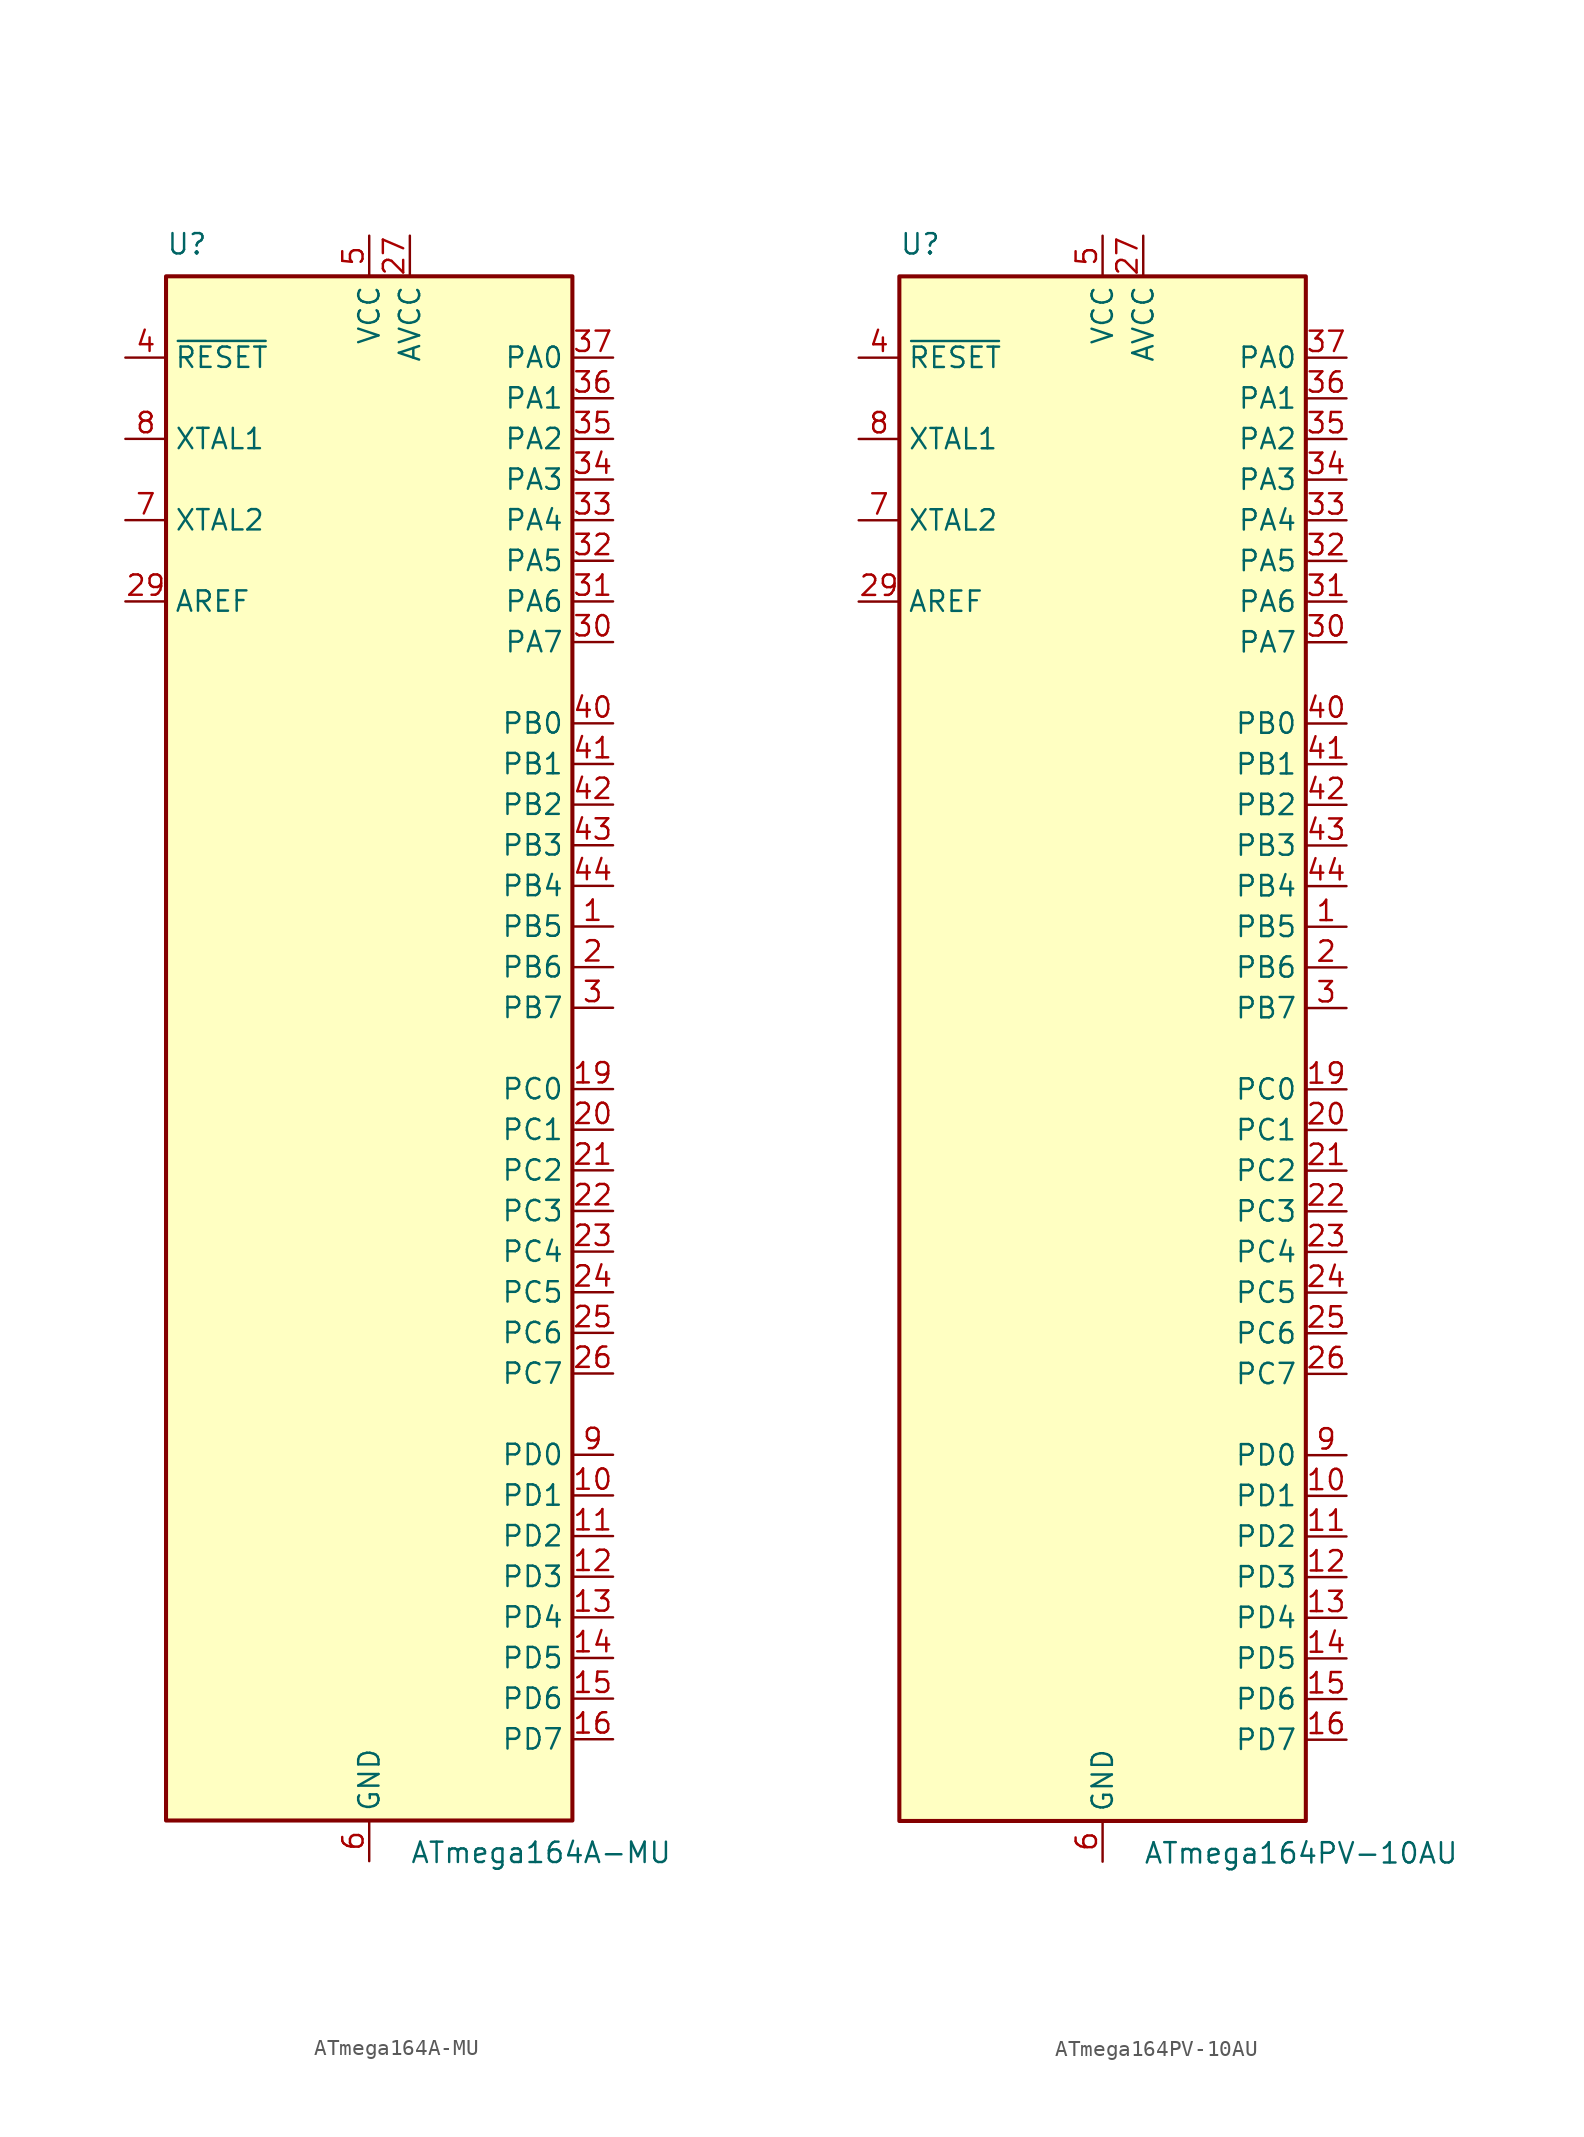
<source format=kicad_sym>
(kicad_symbol_lib
  (version 20201005)
  (generator kicad_symbol_editor)
  (symbol "ATmega164A-MU"
    (property "Reference" "U"
      (at -12.7 49.53 0)
      (effects (font (size 1.27 1.27)) (justify left bottom)))
    (property "Value" "ATmega164A-MU"
      (at 2.54 -49.53 0)
      (effects (font (size 1.27 1.27)) (justify left top)))
    (symbol "ATmega164A-MU_0_1"
      (rectangle (start -12.7 -48.26) (end 12.7 48.26) (stroke (width 0.254)) (fill (type background))))
    (symbol "ATmega164A-MU_1_1"
      (pin tri_state line (at 15.24 7.62 180) (length 2.54) (name "PB5" (effects (font (size 1.27 1.27)))) (number "1" (effects (font (size 1.27 1.27)))))
      (pin tri_state line (at 15.24 -27.94 180) (length 2.54) (name "PD1" (effects (font (size 1.27 1.27)))) (number "10" (effects (font (size 1.27 1.27)))))
      (pin tri_state line (at 15.24 -30.48 180) (length 2.54) (name "PD2" (effects (font (size 1.27 1.27)))) (number "11" (effects (font (size 1.27 1.27)))))
      (pin tri_state line (at 15.24 -33.02 180) (length 2.54) (name "PD3" (effects (font (size 1.27 1.27)))) (number "12" (effects (font (size 1.27 1.27)))))
      (pin tri_state line (at 15.24 -35.56 180) (length 2.54) (name "PD4" (effects (font (size 1.27 1.27)))) (number "13" (effects (font (size 1.27 1.27)))))
      (pin tri_state line (at 15.24 -38.1 180) (length 2.54) (name "PD5" (effects (font (size 1.27 1.27)))) (number "14" (effects (font (size 1.27 1.27)))))
      (pin tri_state line (at 15.24 -40.64 180) (length 2.54) (name "PD6" (effects (font (size 1.27 1.27)))) (number "15" (effects (font (size 1.27 1.27)))))
      (pin tri_state line (at 15.24 -43.18 180) (length 2.54) (name "PD7" (effects (font (size 1.27 1.27)))) (number "16" (effects (font (size 1.27 1.27)))))
      (pin passive line (at 0 50.8 270) (length 2.54) hide (name "VCC" (effects (font (size 1.27 1.27)))) (number "17" (effects (font (size 1.27 1.27)))))
      (pin passive line (at 0 -50.8 90) (length 2.54) hide (name "GND" (effects (font (size 1.27 1.27)))) (number "18" (effects (font (size 1.27 1.27)))))
      (pin tri_state line (at 15.24 -2.54 180) (length 2.54) (name "PC0" (effects (font (size 1.27 1.27)))) (number "19" (effects (font (size 1.27 1.27)))))
      (pin tri_state line (at 15.24 5.08 180) (length 2.54) (name "PB6" (effects (font (size 1.27 1.27)))) (number "2" (effects (font (size 1.27 1.27)))))
      (pin tri_state line (at 15.24 -5.08 180) (length 2.54) (name "PC1" (effects (font (size 1.27 1.27)))) (number "20" (effects (font (size 1.27 1.27)))))
      (pin tri_state line (at 15.24 -7.62 180) (length 2.54) (name "PC2" (effects (font (size 1.27 1.27)))) (number "21" (effects (font (size 1.27 1.27)))))
      (pin tri_state line (at 15.24 -10.16 180) (length 2.54) (name "PC3" (effects (font (size 1.27 1.27)))) (number "22" (effects (font (size 1.27 1.27)))))
      (pin tri_state line (at 15.24 -12.7 180) (length 2.54) (name "PC4" (effects (font (size 1.27 1.27)))) (number "23" (effects (font (size 1.27 1.27)))))
      (pin tri_state line (at 15.24 -15.24 180) (length 2.54) (name "PC5" (effects (font (size 1.27 1.27)))) (number "24" (effects (font (size 1.27 1.27)))))
      (pin tri_state line (at 15.24 -17.78 180) (length 2.54) (name "PC6" (effects (font (size 1.27 1.27)))) (number "25" (effects (font (size 1.27 1.27)))))
      (pin tri_state line (at 15.24 -20.32 180) (length 2.54) (name "PC7" (effects (font (size 1.27 1.27)))) (number "26" (effects (font (size 1.27 1.27)))))
      (pin power_in line (at 2.54 50.8 270) (length 2.54) (name "AVCC" (effects (font (size 1.27 1.27)))) (number "27" (effects (font (size 1.27 1.27)))))
      (pin passive line (at 0 -50.8 90) (length 2.54) hide (name "GND" (effects (font (size 1.27 1.27)))) (number "28" (effects (font (size 1.27 1.27)))))
      (pin passive line (at -15.24 27.94 0) (length 2.54) (name "AREF" (effects (font (size 1.27 1.27)))) (number "29" (effects (font (size 1.27 1.27)))))
      (pin tri_state line (at 15.24 2.54 180) (length 2.54) (name "PB7" (effects (font (size 1.27 1.27)))) (number "3" (effects (font (size 1.27 1.27)))))
      (pin tri_state line (at 15.24 25.4 180) (length 2.54) (name "PA7" (effects (font (size 1.27 1.27)))) (number "30" (effects (font (size 1.27 1.27)))))
      (pin tri_state line (at 15.24 27.94 180) (length 2.54) (name "PA6" (effects (font (size 1.27 1.27)))) (number "31" (effects (font (size 1.27 1.27)))))
      (pin tri_state line (at 15.24 30.48 180) (length 2.54) (name "PA5" (effects (font (size 1.27 1.27)))) (number "32" (effects (font (size 1.27 1.27)))))
      (pin tri_state line (at 15.24 33.02 180) (length 2.54) (name "PA4" (effects (font (size 1.27 1.27)))) (number "33" (effects (font (size 1.27 1.27)))))
      (pin tri_state line (at 15.24 35.56 180) (length 2.54) (name "PA3" (effects (font (size 1.27 1.27)))) (number "34" (effects (font (size 1.27 1.27)))))
      (pin tri_state line (at 15.24 38.1 180) (length 2.54) (name "PA2" (effects (font (size 1.27 1.27)))) (number "35" (effects (font (size 1.27 1.27)))))
      (pin tri_state line (at 15.24 40.64 180) (length 2.54) (name "PA1" (effects (font (size 1.27 1.27)))) (number "36" (effects (font (size 1.27 1.27)))))
      (pin tri_state line (at 15.24 43.18 180) (length 2.54) (name "PA0" (effects (font (size 1.27 1.27)))) (number "37" (effects (font (size 1.27 1.27)))))
      (pin passive line (at 0 50.8 270) (length 2.54) hide (name "VCC" (effects (font (size 1.27 1.27)))) (number "38" (effects (font (size 1.27 1.27)))))
      (pin passive line (at 0 -50.8 90) (length 2.54) hide (name "GND" (effects (font (size 1.27 1.27)))) (number "39" (effects (font (size 1.27 1.27)))))
      (pin input line (at -15.24 43.18 0) (length 2.54) (name "~RESET" (effects (font (size 1.27 1.27)))) (number "4" (effects (font (size 1.27 1.27)))))
      (pin tri_state line (at 15.24 20.32 180) (length 2.54) (name "PB0" (effects (font (size 1.27 1.27)))) (number "40" (effects (font (size 1.27 1.27)))))
      (pin tri_state line (at 15.24 17.78 180) (length 2.54) (name "PB1" (effects (font (size 1.27 1.27)))) (number "41" (effects (font (size 1.27 1.27)))))
      (pin tri_state line (at 15.24 15.24 180) (length 2.54) (name "PB2" (effects (font (size 1.27 1.27)))) (number "42" (effects (font (size 1.27 1.27)))))
      (pin tri_state line (at 15.24 12.7 180) (length 2.54) (name "PB3" (effects (font (size 1.27 1.27)))) (number "43" (effects (font (size 1.27 1.27)))))
      (pin tri_state line (at 15.24 10.16 180) (length 2.54) (name "PB4" (effects (font (size 1.27 1.27)))) (number "44" (effects (font (size 1.27 1.27)))))
      (pin passive line (at 0 -50.8 90) (length 2.54) hide (name "GND" (effects (font (size 1.27 1.27)))) (number "45" (effects (font (size 1.27 1.27)))))
      (pin power_in line (at 0 50.8 270) (length 2.54) (name "VCC" (effects (font (size 1.27 1.27)))) (number "5" (effects (font (size 1.27 1.27)))))
      (pin power_in line (at 0 -50.8 90) (length 2.54) (name "GND" (effects (font (size 1.27 1.27)))) (number "6" (effects (font (size 1.27 1.27)))))
      (pin output line (at -15.24 33.02 0) (length 2.54) (name "XTAL2" (effects (font (size 1.27 1.27)))) (number "7" (effects (font (size 1.27 1.27)))))
      (pin input line (at -15.24 38.1 0) (length 2.54) (name "XTAL1" (effects (font (size 1.27 1.27)))) (number "8" (effects (font (size 1.27 1.27)))))
      (pin tri_state line (at 15.24 -25.4 180) (length 2.54) (name "PD0" (effects (font (size 1.27 1.27)))) (number "9" (effects (font (size 1.27 1.27)))))))
  (symbol "ATmega164PV-10AU"
    (property "Reference" "U"
      (at -12.7 49.53 0)
      (effects (font (size 1.27 1.27)) (justify left bottom)))
    (property "Value" "ATmega164PV-10AU"
      (at 2.54 -49.53 0)
      (effects (font (size 1.27 1.27)) (justify left top)))
    (symbol "ATmega164PV-10AU_0_1"
      (rectangle (start -12.7 -48.26) (end 12.7 48.26) (stroke (width 0.254)) (fill (type background))))
    (symbol "ATmega164PV-10AU_1_1"
      (pin tri_state line (at 15.24 7.62 180) (length 2.54) (name "PB5" (effects (font (size 1.27 1.27)))) (number "1" (effects (font (size 1.27 1.27)))))
      (pin tri_state line (at 15.24 -27.94 180) (length 2.54) (name "PD1" (effects (font (size 1.27 1.27)))) (number "10" (effects (font (size 1.27 1.27)))))
      (pin tri_state line (at 15.24 -30.48 180) (length 2.54) (name "PD2" (effects (font (size 1.27 1.27)))) (number "11" (effects (font (size 1.27 1.27)))))
      (pin tri_state line (at 15.24 -33.02 180) (length 2.54) (name "PD3" (effects (font (size 1.27 1.27)))) (number "12" (effects (font (size 1.27 1.27)))))
      (pin tri_state line (at 15.24 -35.56 180) (length 2.54) (name "PD4" (effects (font (size 1.27 1.27)))) (number "13" (effects (font (size 1.27 1.27)))))
      (pin tri_state line (at 15.24 -38.1 180) (length 2.54) (name "PD5" (effects (font (size 1.27 1.27)))) (number "14" (effects (font (size 1.27 1.27)))))
      (pin tri_state line (at 15.24 -40.64 180) (length 2.54) (name "PD6" (effects (font (size 1.27 1.27)))) (number "15" (effects (font (size 1.27 1.27)))))
      (pin tri_state line (at 15.24 -43.18 180) (length 2.54) (name "PD7" (effects (font (size 1.27 1.27)))) (number "16" (effects (font (size 1.27 1.27)))))
      (pin passive line (at 0 50.8 270) (length 2.54) hide (name "VCC" (effects (font (size 1.27 1.27)))) (number "17" (effects (font (size 1.27 1.27)))))
      (pin passive line (at 0 -50.8 90) (length 2.54) hide (name "GND" (effects (font (size 1.27 1.27)))) (number "18" (effects (font (size 1.27 1.27)))))
      (pin tri_state line (at 15.24 -2.54 180) (length 2.54) (name "PC0" (effects (font (size 1.27 1.27)))) (number "19" (effects (font (size 1.27 1.27)))))
      (pin tri_state line (at 15.24 5.08 180) (length 2.54) (name "PB6" (effects (font (size 1.27 1.27)))) (number "2" (effects (font (size 1.27 1.27)))))
      (pin tri_state line (at 15.24 -5.08 180) (length 2.54) (name "PC1" (effects (font (size 1.27 1.27)))) (number "20" (effects (font (size 1.27 1.27)))))
      (pin tri_state line (at 15.24 -7.62 180) (length 2.54) (name "PC2" (effects (font (size 1.27 1.27)))) (number "21" (effects (font (size 1.27 1.27)))))
      (pin tri_state line (at 15.24 -10.16 180) (length 2.54) (name "PC3" (effects (font (size 1.27 1.27)))) (number "22" (effects (font (size 1.27 1.27)))))
      (pin tri_state line (at 15.24 -12.7 180) (length 2.54) (name "PC4" (effects (font (size 1.27 1.27)))) (number "23" (effects (font (size 1.27 1.27)))))
      (pin tri_state line (at 15.24 -15.24 180) (length 2.54) (name "PC5" (effects (font (size 1.27 1.27)))) (number "24" (effects (font (size 1.27 1.27)))))
      (pin tri_state line (at 15.24 -17.78 180) (length 2.54) (name "PC6" (effects (font (size 1.27 1.27)))) (number "25" (effects (font (size 1.27 1.27)))))
      (pin tri_state line (at 15.24 -20.32 180) (length 2.54) (name "PC7" (effects (font (size 1.27 1.27)))) (number "26" (effects (font (size 1.27 1.27)))))
      (pin power_in line (at 2.54 50.8 270) (length 2.54) (name "AVCC" (effects (font (size 1.27 1.27)))) (number "27" (effects (font (size 1.27 1.27)))))
      (pin passive line (at 0 -50.8 90) (length 2.54) hide (name "GND" (effects (font (size 1.27 1.27)))) (number "28" (effects (font (size 1.27 1.27)))))
      (pin passive line (at -15.24 27.94 0) (length 2.54) (name "AREF" (effects (font (size 1.27 1.27)))) (number "29" (effects (font (size 1.27 1.27)))))
      (pin tri_state line (at 15.24 2.54 180) (length 2.54) (name "PB7" (effects (font (size 1.27 1.27)))) (number "3" (effects (font (size 1.27 1.27)))))
      (pin tri_state line (at 15.24 25.4 180) (length 2.54) (name "PA7" (effects (font (size 1.27 1.27)))) (number "30" (effects (font (size 1.27 1.27)))))
      (pin tri_state line (at 15.24 27.94 180) (length 2.54) (name "PA6" (effects (font (size 1.27 1.27)))) (number "31" (effects (font (size 1.27 1.27)))))
      (pin tri_state line (at 15.24 30.48 180) (length 2.54) (name "PA5" (effects (font (size 1.27 1.27)))) (number "32" (effects (font (size 1.27 1.27)))))
      (pin tri_state line (at 15.24 33.02 180) (length 2.54) (name "PA4" (effects (font (size 1.27 1.27)))) (number "33" (effects (font (size 1.27 1.27)))))
      (pin tri_state line (at 15.24 35.56 180) (length 2.54) (name "PA3" (effects (font (size 1.27 1.27)))) (number "34" (effects (font (size 1.27 1.27)))))
      (pin tri_state line (at 15.24 38.1 180) (length 2.54) (name "PA2" (effects (font (size 1.27 1.27)))) (number "35" (effects (font (size 1.27 1.27)))))
      (pin tri_state line (at 15.24 40.64 180) (length 2.54) (name "PA1" (effects (font (size 1.27 1.27)))) (number "36" (effects (font (size 1.27 1.27)))))
      (pin tri_state line (at 15.24 43.18 180) (length 2.54) (name "PA0" (effects (font (size 1.27 1.27)))) (number "37" (effects (font (size 1.27 1.27)))))
      (pin passive line (at 0 50.8 270) (length 2.54) hide (name "VCC" (effects (font (size 1.27 1.27)))) (number "38" (effects (font (size 1.27 1.27)))))
      (pin passive line (at 0 -50.8 90) (length 2.54) hide (name "GND" (effects (font (size 1.27 1.27)))) (number "39" (effects (font (size 1.27 1.27)))))
      (pin input line (at -15.24 43.18 0) (length 2.54) (name "~RESET" (effects (font (size 1.27 1.27)))) (number "4" (effects (font (size 1.27 1.27)))))
      (pin tri_state line (at 15.24 20.32 180) (length 2.54) (name "PB0" (effects (font (size 1.27 1.27)))) (number "40" (effects (font (size 1.27 1.27)))))
      (pin tri_state line (at 15.24 17.78 180) (length 2.54) (name "PB1" (effects (font (size 1.27 1.27)))) (number "41" (effects (font (size 1.27 1.27)))))
      (pin tri_state line (at 15.24 15.24 180) (length 2.54) (name "PB2" (effects (font (size 1.27 1.27)))) (number "42" (effects (font (size 1.27 1.27)))))
      (pin tri_state line (at 15.24 12.7 180) (length 2.54) (name "PB3" (effects (font (size 1.27 1.27)))) (number "43" (effects (font (size 1.27 1.27)))))
      (pin tri_state line (at 15.24 10.16 180) (length 2.54) (name "PB4" (effects (font (size 1.27 1.27)))) (number "44" (effects (font (size 1.27 1.27)))))
      (pin power_in line (at 0 50.8 270) (length 2.54) (name "VCC" (effects (font (size 1.27 1.27)))) (number "5" (effects (font (size 1.27 1.27)))))
      (pin power_in line (at 0 -50.8 90) (length 2.54) (name "GND" (effects (font (size 1.27 1.27)))) (number "6" (effects (font (size 1.27 1.27)))))
      (pin output line (at -15.24 33.02 0) (length 2.54) (name "XTAL2" (effects (font (size 1.27 1.27)))) (number "7" (effects (font (size 1.27 1.27)))))
      (pin input line (at -15.24 38.1 0) (length 2.54) (name "XTAL1" (effects (font (size 1.27 1.27)))) (number "8" (effects (font (size 1.27 1.27)))))
      (pin tri_state line (at 15.24 -25.4 180) (length 2.54) (name "PD0" (effects (font (size 1.27 1.27)))) (number "9" (effects (font (size 1.27 1.27))))))))
</source>
